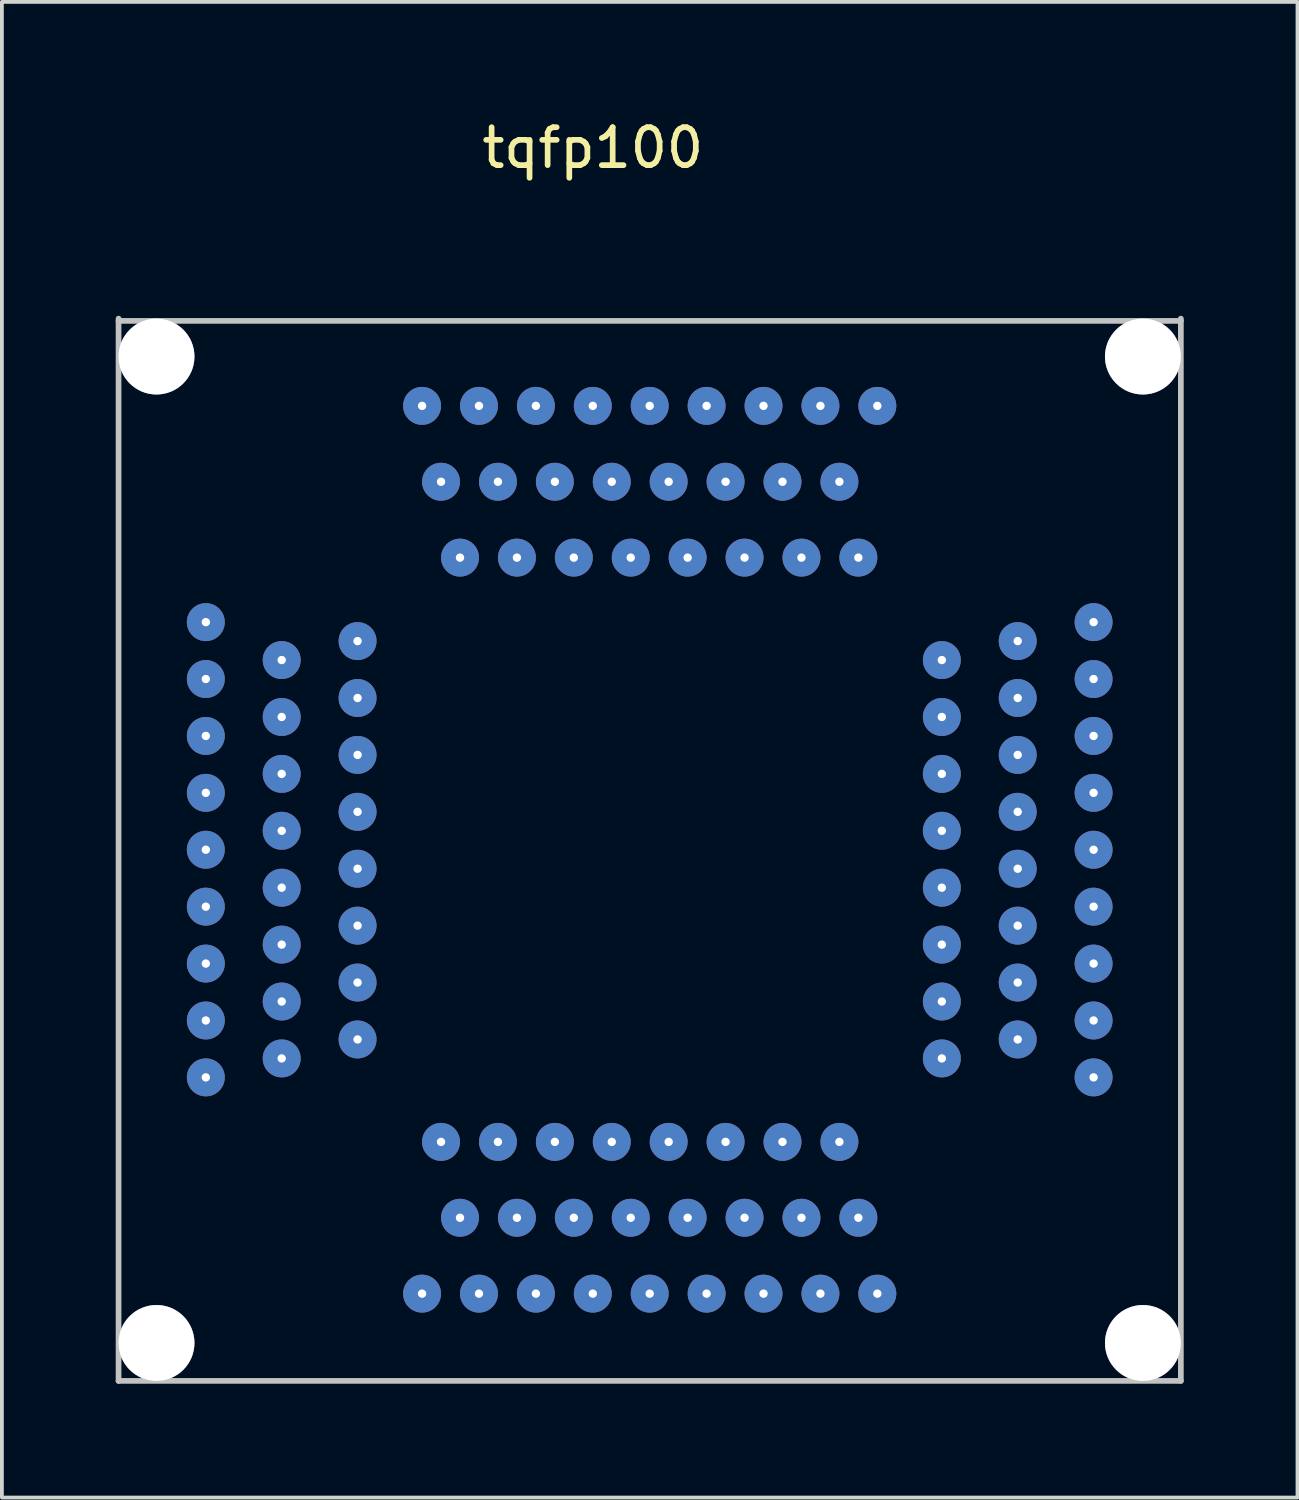
<source format=kicad_pcb>
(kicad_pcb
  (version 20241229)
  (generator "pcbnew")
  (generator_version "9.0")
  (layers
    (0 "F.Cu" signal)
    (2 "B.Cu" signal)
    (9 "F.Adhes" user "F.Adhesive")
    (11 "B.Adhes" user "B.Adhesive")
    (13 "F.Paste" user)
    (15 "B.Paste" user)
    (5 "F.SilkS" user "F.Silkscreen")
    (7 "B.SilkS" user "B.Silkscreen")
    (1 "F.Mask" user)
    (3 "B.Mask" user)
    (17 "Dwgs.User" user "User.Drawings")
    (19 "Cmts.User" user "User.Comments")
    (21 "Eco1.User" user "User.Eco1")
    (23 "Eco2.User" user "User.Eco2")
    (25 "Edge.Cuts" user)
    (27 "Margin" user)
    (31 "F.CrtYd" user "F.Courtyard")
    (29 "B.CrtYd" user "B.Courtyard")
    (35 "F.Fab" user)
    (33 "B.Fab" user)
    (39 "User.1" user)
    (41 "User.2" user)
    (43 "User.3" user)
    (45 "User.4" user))
  (footprint "tqfp100"
    (layer "F.Cu")
    (at 14.075 19.348)
    (property "Reference" "tqfp100" (at -1.5 -18.5 180) (layer "F.SilkS") (effects (font (size 1 1) (thickness 0.15))))
    (attr through_hole)
    (fp_line (start -14 -14) (end -14 14) (stroke (width 0.15) (type solid)) (layer "Dwgs.User"))
    (fp_line (start -14 -13.94) (end 14 -13.94) (stroke (width 0.15) (type solid)) (layer "Dwgs.User"))
    (fp_line (start -14 14) (end 14 14) (stroke (width 0.15) (type solid)) (layer "Dwgs.User"))
    (fp_line (start 14 -14) (end 14 14) (stroke (width 0.15) (type solid)) (layer "Dwgs.User"))
    (pad "" thru_hole circle (at -13 -13 270) (size 2 2) (drill 2) (layers "*.Cu" "*.Mask"))
    (pad "" thru_hole circle (at -13 13 270) (size 2 2) (drill 2) (layers "*.Cu" "*.Mask"))
    (pad "" thru_hole circle (at 13 -13 270) (size 2 2) (drill 2) (layers "*.Cu" "*.Mask"))
    (pad "" thru_hole circle (at 13 13 270) (size 2 2) (drill 2) (layers "*.Cu" "*.Mask"))
    (pad "1" thru_hole circle (at -6 11.7) (size 1 1) (drill 0.22) (layers "*.Cu" "*.Mask"))
    (pad "2" thru_hole circle (at -5.5 7.7) (size 1 1) (drill 0.22) (layers "*.Cu" "*.Mask"))
    (pad "3" thru_hole circle (at -5 9.7) (size 1 1) (drill 0.22) (layers "*.Cu" "*.Mask"))
    (pad "4" thru_hole circle (at -4.5 11.7) (size 1 1) (drill 0.22) (layers "*.Cu" "*.Mask"))
    (pad "5" thru_hole circle (at -4 7.7) (size 1 1) (drill 0.22) (layers "*.Cu" "*.Mask"))
    (pad "6" thru_hole circle (at -3.5 9.7) (size 1 1) (drill 0.22) (layers "*.Cu" "*.Mask"))
    (pad "7" thru_hole circle (at -3 11.7) (size 1 1) (drill 0.22) (layers "*.Cu" "*.Mask"))
    (pad "8" thru_hole circle (at -2.5 7.7) (size 1 1) (drill 0.22) (layers "*.Cu" "*.Mask"))
    (pad "9" thru_hole circle (at -2 9.7) (size 1 1) (drill 0.22) (layers "*.Cu" "*.Mask"))
    (pad "10" thru_hole circle (at -1.5 11.7) (size 1 1) (drill 0.22) (layers "*.Cu" "*.Mask"))
    (pad "11" thru_hole circle (at -1 7.7) (size 1 1) (drill 0.22) (layers "*.Cu" "*.Mask"))
    (pad "12" thru_hole circle (at -0.5 9.7) (size 1 1) (drill 0.22) (layers "*.Cu" "*.Mask"))
    (pad "13" thru_hole circle (at 0 11.7) (size 1 1) (drill 0.22) (layers "*.Cu" "*.Mask"))
    (pad "14" thru_hole circle (at 0.5 7.7) (size 1 1) (drill 0.22) (layers "*.Cu" "*.Mask"))
    (pad "15" thru_hole circle (at 1 9.7) (size 1 1) (drill 0.22) (layers "*.Cu" "*.Mask"))
    (pad "16" thru_hole circle (at 1.5 11.7) (size 1 1) (drill 0.22) (layers "*.Cu" "*.Mask"))
    (pad "17" thru_hole circle (at 2 7.7) (size 1 1) (drill 0.22) (layers "*.Cu" "*.Mask"))
    (pad "18" thru_hole circle (at 2.5 9.7) (size 1 1) (drill 0.22) (layers "*.Cu" "*.Mask"))
    (pad "19" thru_hole circle (at 3 11.7) (size 1 1) (drill 0.22) (layers "*.Cu" "*.Mask"))
    (pad "20" thru_hole circle (at 3.5 7.7) (size 1 1) (drill 0.22) (layers "*.Cu" "*.Mask"))
    (pad "21" thru_hole circle (at 4 9.7) (size 1 1) (drill 0.22) (layers "*.Cu" "*.Mask"))
    (pad "22" thru_hole circle (at 4.5 11.7) (size 1 1) (drill 0.22) (layers "*.Cu" "*.Mask"))
    (pad "23" thru_hole circle (at 5 7.7) (size 1 1) (drill 0.22) (layers "*.Cu" "*.Mask"))
    (pad "24" thru_hole circle (at 5.5 9.7) (size 1 1) (drill 0.22) (layers "*.Cu" "*.Mask"))
    (pad "25" thru_hole circle (at 6 11.7) (size 1 1) (drill 0.22) (layers "*.Cu" "*.Mask"))
    (pad "26" thru_hole circle (at 11.7 6 90) (size 1 1) (drill 0.22) (layers "*.Cu" "*.Mask"))
    (pad "27" thru_hole circle (at 7.7 5.5 90) (size 1 1) (drill 0.22) (layers "*.Cu" "*.Mask"))
    (pad "28" thru_hole circle (at 9.7 5 90) (size 1 1) (drill 0.22) (layers "*.Cu" "*.Mask"))
    (pad "29" thru_hole circle (at 11.7 4.5 90) (size 1 1) (drill 0.22) (layers "*.Cu" "*.Mask"))
    (pad "30" thru_hole circle (at 7.7 4 90) (size 1 1) (drill 0.22) (layers "*.Cu" "*.Mask"))
    (pad "31" thru_hole circle (at 9.7 3.5 90) (size 1 1) (drill 0.22) (layers "*.Cu" "*.Mask"))
    (pad "32" thru_hole circle (at 11.7 3 90) (size 1 1) (drill 0.22) (layers "*.Cu" "*.Mask"))
    (pad "33" thru_hole circle (at 7.7 2.5 90) (size 1 1) (drill 0.22) (layers "*.Cu" "*.Mask"))
    (pad "34" thru_hole circle (at 9.7 2 90) (size 1 1) (drill 0.22) (layers "*.Cu" "*.Mask"))
    (pad "35" thru_hole circle (at 11.7 1.5 90) (size 1 1) (drill 0.22) (layers "*.Cu" "*.Mask"))
    (pad "36" thru_hole circle (at 7.7 1 90) (size 1 1) (drill 0.22) (layers "*.Cu" "*.Mask"))
    (pad "37" thru_hole circle (at 9.7 0.5 90) (size 1 1) (drill 0.22) (layers "*.Cu" "*.Mask"))
    (pad "38" thru_hole circle (at 11.7 0 90) (size 1 1) (drill 0.22) (layers "*.Cu" "*.Mask"))
    (pad "39" thru_hole circle (at 7.7 -0.5 90) (size 1 1) (drill 0.22) (layers "*.Cu" "*.Mask"))
    (pad "40" thru_hole circle (at 9.7 -1 90) (size 1 1) (drill 0.22) (layers "*.Cu" "*.Mask"))
    (pad "41" thru_hole circle (at 11.7 -1.5 90) (size 1 1) (drill 0.22) (layers "*.Cu" "*.Mask"))
    (pad "42" thru_hole circle (at 7.7 -2 90) (size 1 1) (drill 0.22) (layers "*.Cu" "*.Mask"))
    (pad "43" thru_hole circle (at 9.7 -2.5 90) (size 1 1) (drill 0.22) (layers "*.Cu" "*.Mask"))
    (pad "44" thru_hole circle (at 11.7 -3 90) (size 1 1) (drill 0.22) (layers "*.Cu" "*.Mask"))
    (pad "45" thru_hole circle (at 7.7 -3.5 90) (size 1 1) (drill 0.22) (layers "*.Cu" "*.Mask"))
    (pad "46" thru_hole circle (at 9.7 -4 90) (size 1 1) (drill 0.22) (layers "*.Cu" "*.Mask"))
    (pad "47" thru_hole circle (at 11.7 -4.5 90) (size 1 1) (drill 0.22) (layers "*.Cu" "*.Mask"))
    (pad "48" thru_hole circle (at 7.7 -5 90) (size 1 1) (drill 0.22) (layers "*.Cu" "*.Mask"))
    (pad "49" thru_hole circle (at 9.7 -5.5 90) (size 1 1) (drill 0.22) (layers "*.Cu" "*.Mask"))
    (pad "50" thru_hole circle (at 11.7 -6 90) (size 1 1) (drill 0.22) (layers "*.Cu" "*.Mask"))
    (pad "51" thru_hole circle (at 6 -11.7 180) (size 1 1) (drill 0.22) (layers "*.Cu" "*.Mask"))
    (pad "52" thru_hole circle (at 5.5 -7.7 180) (size 1 1) (drill 0.22) (layers "*.Cu" "*.Mask"))
    (pad "53" thru_hole circle (at 5 -9.7 180) (size 1 1) (drill 0.22) (layers "*.Cu" "*.Mask"))
    (pad "54" thru_hole circle (at 4.5 -11.7 180) (size 1 1) (drill 0.22) (layers "*.Cu" "*.Mask"))
    (pad "55" thru_hole circle (at 4 -7.7 180) (size 1 1) (drill 0.22) (layers "*.Cu" "*.Mask"))
    (pad "56" thru_hole circle (at 3.5 -9.7 180) (size 1 1) (drill 0.22) (layers "*.Cu" "*.Mask"))
    (pad "57" thru_hole circle (at 3 -11.7 180) (size 1 1) (drill 0.22) (layers "*.Cu" "*.Mask"))
    (pad "58" thru_hole circle (at 2.5 -7.7 180) (size 1 1) (drill 0.22) (layers "*.Cu" "*.Mask"))
    (pad "59" thru_hole circle (at 2 -9.7 180) (size 1 1) (drill 0.22) (layers "*.Cu" "*.Mask"))
    (pad "60" thru_hole circle (at 1.5 -11.7 180) (size 1 1) (drill 0.22) (layers "*.Cu" "*.Mask"))
    (pad "61" thru_hole circle (at 1 -7.7 180) (size 1 1) (drill 0.22) (layers "*.Cu" "*.Mask"))
    (pad "62" thru_hole circle (at 0.5 -9.7 180) (size 1 1) (drill 0.22) (layers "*.Cu" "*.Mask"))
    (pad "63" thru_hole circle (at 0 -11.7 180) (size 1 1) (drill 0.22) (layers "*.Cu" "*.Mask"))
    (pad "64" thru_hole circle (at -0.5 -7.7 180) (size 1 1) (drill 0.22) (layers "*.Cu" "*.Mask"))
    (pad "65" thru_hole circle (at -1 -9.7 180) (size 1 1) (drill 0.22) (layers "*.Cu" "*.Mask"))
    (pad "66" thru_hole circle (at -1.5 -11.7 180) (size 1 1) (drill 0.22) (layers "*.Cu" "*.Mask"))
    (pad "67" thru_hole circle (at -2 -7.7 180) (size 1 1) (drill 0.22) (layers "*.Cu" "*.Mask"))
    (pad "68" thru_hole circle (at -2.5 -9.7 180) (size 1 1) (drill 0.22) (layers "*.Cu" "*.Mask"))
    (pad "69" thru_hole circle (at -3 -11.7 180) (size 1 1) (drill 0.22) (layers "*.Cu" "*.Mask"))
    (pad "70" thru_hole circle (at -3.5 -7.7 180) (size 1 1) (drill 0.22) (layers "*.Cu" "*.Mask"))
    (pad "71" thru_hole circle (at -4 -9.7 180) (size 1 1) (drill 0.22) (layers "*.Cu" "*.Mask"))
    (pad "72" thru_hole circle (at -4.5 -11.7 180) (size 1 1) (drill 0.22) (layers "*.Cu" "*.Mask"))
    (pad "73" thru_hole circle (at -5 -7.7 180) (size 1 1) (drill 0.22) (layers "*.Cu" "*.Mask"))
    (pad "74" thru_hole circle (at -5.5 -9.7 180) (size 1 1) (drill 0.22) (layers "*.Cu" "*.Mask"))
    (pad "75" thru_hole circle (at -6 -11.7 180) (size 1 1) (drill 0.22) (layers "*.Cu" "*.Mask"))
    (pad "76" thru_hole circle (at -11.7 -6 270) (size 1 1) (drill 0.22) (layers "*.Cu" "*.Mask"))
    (pad "77" thru_hole circle (at -7.7 -5.5 270) (size 1 1) (drill 0.22) (layers "*.Cu" "*.Mask"))
    (pad "78" thru_hole circle (at -9.7 -5 270) (size 1 1) (drill 0.22) (layers "*.Cu" "*.Mask"))
    (pad "79" thru_hole circle (at -11.7 -4.5 270) (size 1 1) (drill 0.22) (layers "*.Cu" "*.Mask"))
    (pad "80" thru_hole circle (at -7.7 -4 270) (size 1 1) (drill 0.22) (layers "*.Cu" "*.Mask"))
    (pad "81" thru_hole circle (at -9.7 -3.5 270) (size 1 1) (drill 0.22) (layers "*.Cu" "*.Mask"))
    (pad "82" thru_hole circle (at -11.7 -3 270) (size 1 1) (drill 0.22) (layers "*.Cu" "*.Mask"))
    (pad "83" thru_hole circle (at -7.7 -2.5 270) (size 1 1) (drill 0.22) (layers "*.Cu" "*.Mask"))
    (pad "84" thru_hole circle (at -9.7 -2 270) (size 1 1) (drill 0.22) (layers "*.Cu" "*.Mask"))
    (pad "85" thru_hole circle (at -11.7 -1.5 270) (size 1 1) (drill 0.22) (layers "*.Cu" "*.Mask"))
    (pad "86" thru_hole circle (at -7.7 -1 270) (size 1 1) (drill 0.22) (layers "*.Cu" "*.Mask"))
    (pad "87" thru_hole circle (at -9.7 -0.5 270) (size 1 1) (drill 0.22) (layers "*.Cu" "*.Mask"))
    (pad "88" thru_hole circle (at -11.7 0 270) (size 1 1) (drill 0.22) (layers "*.Cu" "*.Mask"))
    (pad "89" thru_hole circle (at -7.7 0.5 270) (size 1 1) (drill 0.22) (layers "*.Cu" "*.Mask"))
    (pad "90" thru_hole circle (at -9.7 1 270) (size 1 1) (drill 0.22) (layers "*.Cu" "*.Mask"))
    (pad "91" thru_hole circle (at -11.7 1.5 270) (size 1 1) (drill 0.22) (layers "*.Cu" "*.Mask"))
    (pad "92" thru_hole circle (at -7.7 2 270) (size 1 1) (drill 0.22) (layers "*.Cu" "*.Mask"))
    (pad "93" thru_hole circle (at -9.7 2.5 270) (size 1 1) (drill 0.22) (layers "*.Cu" "*.Mask"))
    (pad "94" thru_hole circle (at -11.7 3 270) (size 1 1) (drill 0.22) (layers "*.Cu" "*.Mask"))
    (pad "95" thru_hole circle (at -7.7 3.5 270) (size 1 1) (drill 0.22) (layers "*.Cu" "*.Mask"))
    (pad "96" thru_hole circle (at -9.7 4 270) (size 1 1) (drill 0.22) (layers "*.Cu" "*.Mask"))
    (pad "97" thru_hole circle (at -11.7 4.5 270) (size 1 1) (drill 0.22) (layers "*.Cu" "*.Mask"))
    (pad "98" thru_hole circle (at -7.7 5 270) (size 1 1) (drill 0.22) (layers "*.Cu" "*.Mask"))
    (pad "99" thru_hole circle (at -9.7 5.5 270) (size 1 1) (drill 0.22) (layers "*.Cu" "*.Mask"))
    (pad "100" thru_hole circle (at -11.7 6 270) (size 1 1) (drill 0.22) (layers "*.Cu" "*.Mask")))
  (gr_rect
    (start -3 -3)
    (end 31.15 36.423)
    (stroke (width 0.1) (type default))
    (fill no)
    (layer "Edge.Cuts")))
</source>
